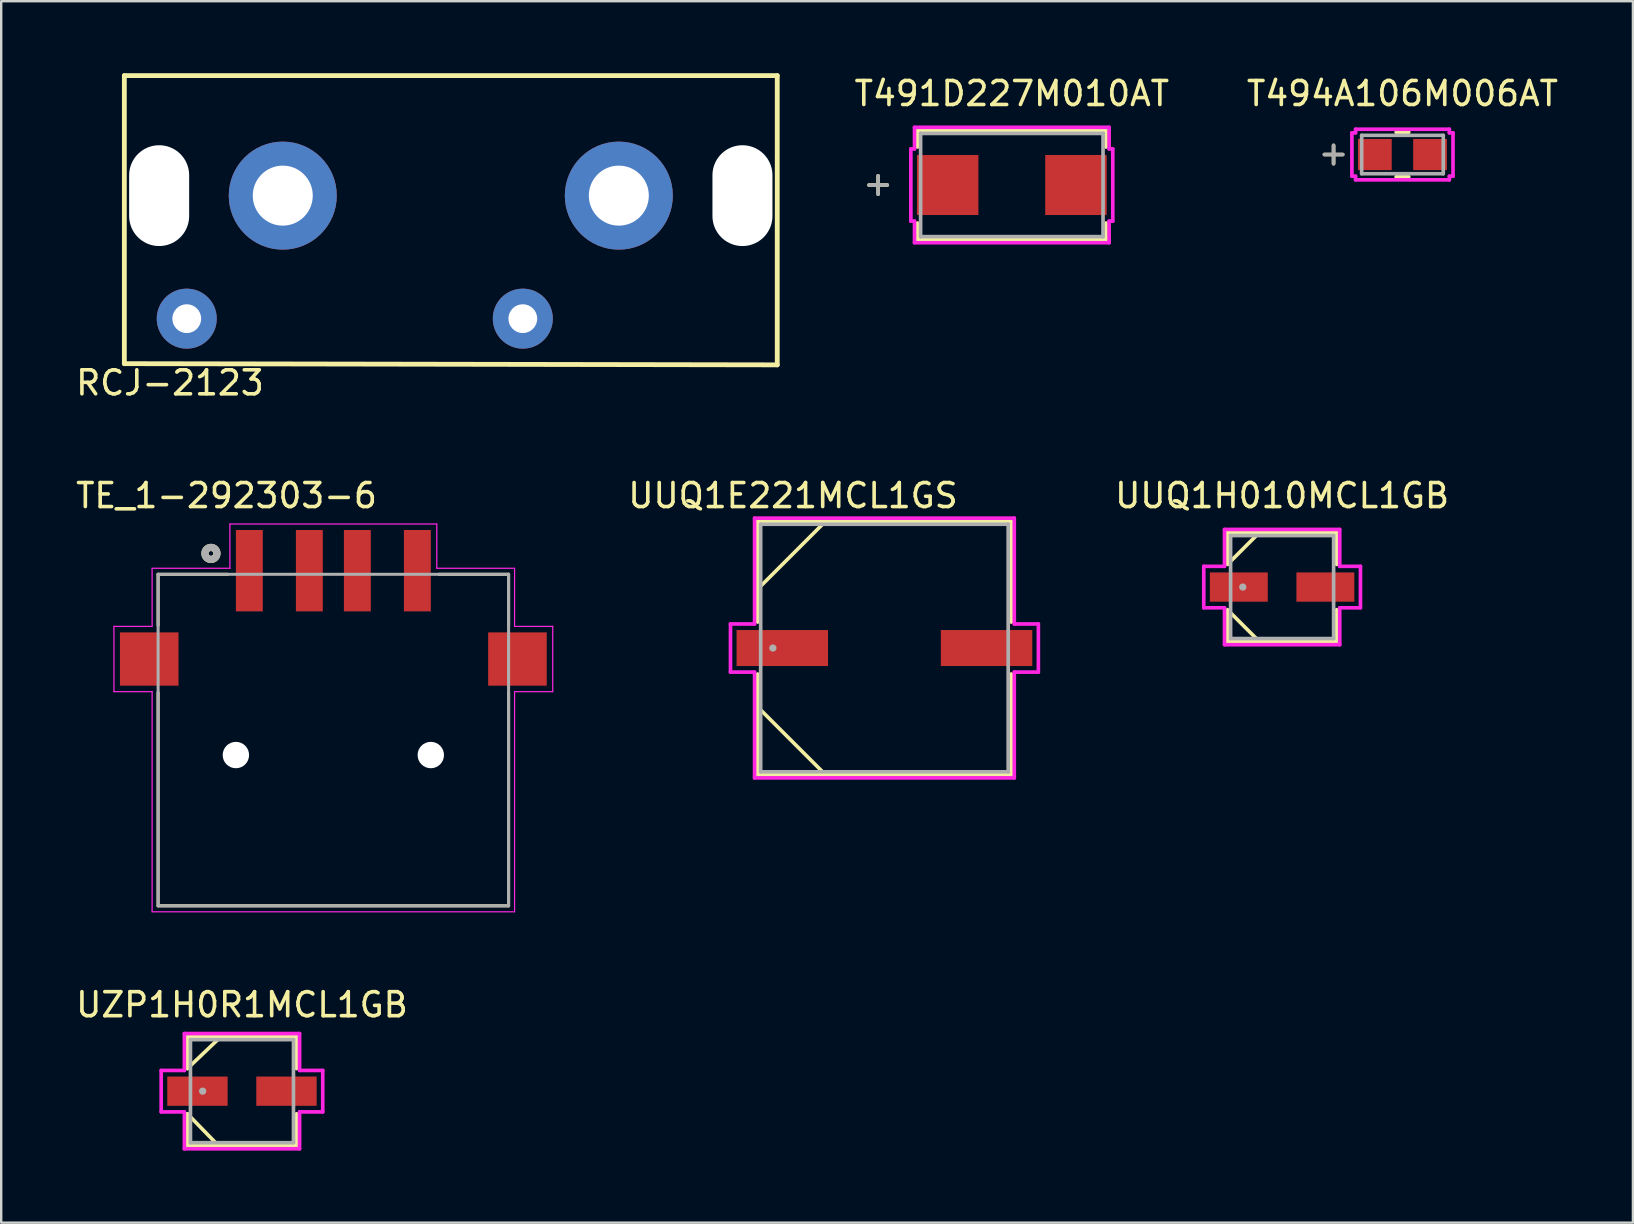
<source format=kicad_pcb>
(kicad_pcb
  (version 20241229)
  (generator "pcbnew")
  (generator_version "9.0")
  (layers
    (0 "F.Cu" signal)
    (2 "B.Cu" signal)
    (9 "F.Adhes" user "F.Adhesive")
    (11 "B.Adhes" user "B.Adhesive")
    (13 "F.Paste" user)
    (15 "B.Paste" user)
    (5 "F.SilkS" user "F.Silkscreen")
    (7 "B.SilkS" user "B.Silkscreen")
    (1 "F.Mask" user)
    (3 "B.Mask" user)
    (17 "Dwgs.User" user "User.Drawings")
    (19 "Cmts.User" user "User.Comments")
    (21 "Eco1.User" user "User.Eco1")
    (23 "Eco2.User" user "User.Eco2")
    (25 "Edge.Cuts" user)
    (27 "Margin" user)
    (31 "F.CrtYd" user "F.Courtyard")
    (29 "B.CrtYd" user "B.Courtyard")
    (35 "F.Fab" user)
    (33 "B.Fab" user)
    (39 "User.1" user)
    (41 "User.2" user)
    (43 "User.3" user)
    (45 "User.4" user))
  (footprint "UUQ1E221MCL1GS"
    (layer "F.Cu")
    (at 33.795 23.947)
    (property "Reference" "UUQ1E221MCL1GS" (at -3.81 -6.35 0) (layer "F.SilkS") (effects (font (size 1 1) (thickness 0.15))))
    (attr through_hole)
    (fp_line (start -5.283 -5.283) (end -5.283 -1.082) (stroke (width 0.152) (type solid)) (layer "F.SilkS"))
    (fp_line (start -5.283 1.082) (end -5.283 5.283) (stroke (width 0.152) (type solid)) (layer "F.SilkS"))
    (fp_line (start -5.283 5.283) (end 5.283 5.283) (stroke (width 0.152) (type solid)) (layer "F.SilkS"))
    (fp_line (start -5.156 -2.578) (end -2.578 -5.156) (stroke (width 0.152) (type solid)) (layer "F.SilkS"))
    (fp_line (start -5.156 2.578) (end -2.578 5.156) (stroke (width 0.152) (type solid)) (layer "F.SilkS"))
    (fp_line (start 5.283 -5.283) (end -5.283 -5.283) (stroke (width 0.152) (type solid)) (layer "F.SilkS"))
    (fp_line (start 5.283 -1.082) (end 5.283 -5.283) (stroke (width 0.152) (type solid)) (layer "F.SilkS"))
    (fp_line (start 5.283 5.283) (end 5.283 1.082) (stroke (width 0.152) (type solid)) (layer "F.SilkS"))
    (fp_line (start -6.413 -1.003) (end -5.41 -1.003) (stroke (width 0.152) (type solid)) (layer "F.CrtYd"))
    (fp_line (start -6.413 1.003) (end -6.413 -1.003) (stroke (width 0.152) (type solid)) (layer "F.CrtYd"))
    (fp_line (start -5.41 -5.41) (end 5.41 -5.41) (stroke (width 0.152) (type solid)) (layer "F.CrtYd"))
    (fp_line (start -5.41 -1.003) (end -5.41 -5.41) (stroke (width 0.152) (type solid)) (layer "F.CrtYd"))
    (fp_line (start -5.41 1.003) (end -6.413 1.003) (stroke (width 0.152) (type solid)) (layer "F.CrtYd"))
    (fp_line (start -5.41 5.41) (end -5.41 1.003) (stroke (width 0.152) (type solid)) (layer "F.CrtYd"))
    (fp_line (start 5.41 -5.41) (end 5.41 -1.003) (stroke (width 0.152) (type solid)) (layer "F.CrtYd"))
    (fp_line (start 5.41 -1.003) (end 6.413 -1.003) (stroke (width 0.152) (type solid)) (layer "F.CrtYd"))
    (fp_line (start 5.41 1.003) (end 5.41 5.41) (stroke (width 0.152) (type solid)) (layer "F.CrtYd"))
    (fp_line (start 5.41 5.41) (end -5.41 5.41) (stroke (width 0.152) (type solid)) (layer "F.CrtYd"))
    (fp_line (start 6.413 -1.003) (end 6.413 1.003) (stroke (width 0.152) (type solid)) (layer "F.CrtYd"))
    (fp_line (start 6.413 1.003) (end 5.41 1.003) (stroke (width 0.152) (type solid)) (layer "F.CrtYd"))
    (fp_line (start -5.156 -5.156) (end -5.156 5.156) (stroke (width 0.152) (type solid)) (layer "F.Fab"))
    (fp_line (start -5.156 5.156) (end 5.156 5.156) (stroke (width 0.152) (type solid)) (layer "F.Fab"))
    (fp_line (start 5.156 -5.156) (end -5.156 -5.156) (stroke (width 0.152) (type solid)) (layer "F.Fab"))
    (fp_line (start 5.156 5.156) (end 5.156 -5.156) (stroke (width 0.152) (type solid)) (layer "F.Fab"))
    (fp_circle (center -4.648 0) (end -4.648 0) (stroke (width 0.152) (type solid)) (fill no) (layer "F.Fab"))
    (fp_text user "Copyright 2016 Accelerated Designs. All rights reserved." (at 0 0 0) (layer "Cmts.User") (effects (font (size 0.127 0.127) (thickness 0.002))))
    (pad "1" smd rect (at -4.255 0) (size 3.81 1.499) (layers "F.Cu" "F.Mask" "F.Paste"))
    (pad "2" smd rect (at 4.255 0) (size 3.81 1.499) (layers "F.Cu" "F.Mask" "F.Paste")))
  (footprint "T491D227M010AT"
    (layer "F.Cu")
    (at 39.102 4.658)
    (property "Reference" "T491D227M010AT" (at 0 -3.81 0) (layer "F.SilkS") (effects (font (size 1 1) (thickness 0.15))))
    (attr through_hole)
    (fp_line (start -5.57 -0.381) (end -5.57 0.381) (stroke (width 0.152) (type solid)) (layer "F.SilkS"))
    (fp_line (start -5.189 0) (end -5.951 0) (stroke (width 0.152) (type solid)) (layer "F.SilkS"))
    (fp_line (start -3.927 -2.277) (end -3.927 -1.583) (stroke (width 0.152) (type solid)) (layer "F.SilkS"))
    (fp_line (start -3.927 1.583) (end -3.927 2.277) (stroke (width 0.152) (type solid)) (layer "F.SilkS"))
    (fp_line (start -3.927 2.277) (end 3.927 2.277) (stroke (width 0.152) (type solid)) (layer "F.SilkS"))
    (fp_line (start 3.927 -2.277) (end -3.927 -2.277) (stroke (width 0.152) (type solid)) (layer "F.SilkS"))
    (fp_line (start 3.927 -1.583) (end 3.927 -2.277) (stroke (width 0.152) (type solid)) (layer "F.SilkS"))
    (fp_line (start 3.927 2.277) (end 3.927 1.583) (stroke (width 0.152) (type solid)) (layer "F.SilkS"))
    (fp_line (start -4.206 -1.504) (end -4.054 -1.504) (stroke (width 0.152) (type solid)) (layer "F.CrtYd"))
    (fp_line (start -4.206 1.504) (end -4.206 -1.504) (stroke (width 0.152) (type solid)) (layer "F.CrtYd"))
    (fp_line (start -4.054 -2.404) (end 4.054 -2.404) (stroke (width 0.152) (type solid)) (layer "F.CrtYd"))
    (fp_line (start -4.054 -1.504) (end -4.054 -2.404) (stroke (width 0.152) (type solid)) (layer "F.CrtYd"))
    (fp_line (start -4.054 1.504) (end -4.206 1.504) (stroke (width 0.152) (type solid)) (layer "F.CrtYd"))
    (fp_line (start -4.054 2.404) (end -4.054 1.504) (stroke (width 0.152) (type solid)) (layer "F.CrtYd"))
    (fp_line (start 4.054 -2.404) (end 4.054 -1.504) (stroke (width 0.152) (type solid)) (layer "F.CrtYd"))
    (fp_line (start 4.054 -1.504) (end 4.206 -1.504) (stroke (width 0.152) (type solid)) (layer "F.CrtYd"))
    (fp_line (start 4.054 1.504) (end 4.054 2.404) (stroke (width 0.152) (type solid)) (layer "F.CrtYd"))
    (fp_line (start 4.054 2.404) (end -4.054 2.404) (stroke (width 0.152) (type solid)) (layer "F.CrtYd"))
    (fp_line (start 4.206 -1.504) (end 4.206 1.504) (stroke (width 0.152) (type solid)) (layer "F.CrtYd"))
    (fp_line (start 4.206 1.504) (end 4.054 1.504) (stroke (width 0.152) (type solid)) (layer "F.CrtYd"))
    (fp_line (start -5.57 -0.381) (end -5.57 0.381) (stroke (width 0.152) (type solid)) (layer "F.Fab"))
    (fp_line (start -5.189 0) (end -5.951 0) (stroke (width 0.152) (type solid)) (layer "F.Fab"))
    (fp_line (start -3.8 -2.15) (end -3.8 2.15) (stroke (width 0.152) (type solid)) (layer "F.Fab"))
    (fp_line (start -3.8 2.15) (end 3.8 2.15) (stroke (width 0.152) (type solid)) (layer "F.Fab"))
    (fp_line (start 3.8 -2.15) (end -3.8 -2.15) (stroke (width 0.152) (type solid)) (layer "F.Fab"))
    (fp_line (start 3.8 2.15) (end 3.8 -2.15) (stroke (width 0.152) (type solid)) (layer "F.Fab"))
    (fp_text user "Copyright 2016 Accelerated Designs. All rights reserved." (at 0 0 0) (layer "Cmts.User") (effects (font (size 0.127 0.127) (thickness 0.002))))
    (pad "1" smd rect (at -2.672 0 90) (size 2.5 2.56) (layers "F.Cu" "F.Mask" "F.Paste"))
    (pad "2" smd rect (at 2.672 0 90) (size 2.5 2.56) (layers "F.Cu" "F.Mask" "F.Paste")))
  (footprint "T494A106M006AT"
    (layer "F.Cu")
    (at 55.376 3.388)
    (property "Reference" "T494A106M006AT" (at 0 -2.54 0) (layer "F.SilkS") (effects (font (size 1 1) (thickness 0.15))))
    (attr through_hole)
    (fp_line (start -2.87 -0.381) (end -2.87 0.381) (stroke (width 0.152) (type solid)) (layer "F.SilkS"))
    (fp_line (start -2.489 0) (end -3.251 0) (stroke (width 0.152) (type solid)) (layer "F.SilkS"))
    (fp_line (start -0.263 0.927) (end 0.263 0.927) (stroke (width 0.152) (type solid)) (layer "F.SilkS"))
    (fp_line (start 0.263 -0.927) (end -0.263 -0.927) (stroke (width 0.152) (type solid)) (layer "F.SilkS"))
    (fp_line (start -2.106 -0.904) (end -1.954 -0.904) (stroke (width 0.152) (type solid)) (layer "F.CrtYd"))
    (fp_line (start -2.106 0.904) (end -2.106 -0.904) (stroke (width 0.152) (type solid)) (layer "F.CrtYd"))
    (fp_line (start -1.954 -1.054) (end 1.954 -1.054) (stroke (width 0.152) (type solid)) (layer "F.CrtYd"))
    (fp_line (start -1.954 -0.904) (end -1.954 -1.054) (stroke (width 0.152) (type solid)) (layer "F.CrtYd"))
    (fp_line (start -1.954 0.904) (end -2.106 0.904) (stroke (width 0.152) (type solid)) (layer "F.CrtYd"))
    (fp_line (start -1.954 1.054) (end -1.954 0.904) (stroke (width 0.152) (type solid)) (layer "F.CrtYd"))
    (fp_line (start 1.954 -1.054) (end 1.954 -0.904) (stroke (width 0.152) (type solid)) (layer "F.CrtYd"))
    (fp_line (start 1.954 -0.904) (end 2.106 -0.904) (stroke (width 0.152) (type solid)) (layer "F.CrtYd"))
    (fp_line (start 1.954 0.904) (end 1.954 1.054) (stroke (width 0.152) (type solid)) (layer "F.CrtYd"))
    (fp_line (start 1.954 1.054) (end -1.954 1.054) (stroke (width 0.152) (type solid)) (layer "F.CrtYd"))
    (fp_line (start 2.106 -0.904) (end 2.106 0.904) (stroke (width 0.152) (type solid)) (layer "F.CrtYd"))
    (fp_line (start 2.106 0.904) (end 1.954 0.904) (stroke (width 0.152) (type solid)) (layer "F.CrtYd"))
    (fp_line (start -2.87 -0.381) (end -2.87 0.381) (stroke (width 0.152) (type solid)) (layer "F.Fab"))
    (fp_line (start -2.489 0) (end -3.251 0) (stroke (width 0.152) (type solid)) (layer "F.Fab"))
    (fp_line (start -1.7 -0.8) (end -1.7 0.8) (stroke (width 0.152) (type solid)) (layer "F.Fab"))
    (fp_line (start -1.7 0.8) (end 1.7 0.8) (stroke (width 0.152) (type solid)) (layer "F.Fab"))
    (fp_line (start 1.7 -0.8) (end -1.7 -0.8) (stroke (width 0.152) (type solid)) (layer "F.Fab"))
    (fp_line (start 1.7 0.8) (end 1.7 -0.8) (stroke (width 0.152) (type solid)) (layer "F.Fab"))
    (fp_text user "Copyright 2016 Accelerated Designs. All rights reserved." (at 0 0 0) (layer "Cmts.User") (effects (font (size 0.127 0.127) (thickness 0.002))))
    (pad "1" smd rect (at -1.15 0 90) (size 1.3 1.405) (layers "F.Cu" "F.Mask" "F.Paste"))
    (pad "2" smd rect (at 1.15 0 90) (size 1.3 1.405) (layers "F.Cu" "F.Mask" "F.Paste")))
  (footprint "RCJ-2123"
    (layer "F.Cu")
    (at 15.73 5.1)
    (property "Reference" "RCJ-2123" (at -11.7 7.8 0) (layer "F.SilkS") (effects (font (size 1 1) (thickness 0.15))))
    (attr through_hole)
    (fp_line (start -13.6 -5) (end -13.6 7) (stroke (width 0.2) (type solid)) (layer "F.SilkS"))
    (fp_line (start -13.6 7) (end 13.6 7.05) (stroke (width 0.2) (type solid)) (layer "F.SilkS"))
    (fp_line (start 13.6 -5) (end -13.6 -5) (stroke (width 0.2) (type solid)) (layer "F.SilkS"))
    (fp_line (start 13.6 7.05) (end 13.6 -5) (stroke (width 0.2) (type solid)) (layer "F.SilkS"))
    (pad "" np_thru_hole oval (at -12.15 0) (size 2.5 4.2) (drill oval 2.5 4.2) (layers "*.Cu" "*.Mask"))
    (pad "" np_thru_hole oval (at 12.15 0) (size 2.5 4.2) (drill oval 2.5 4.2) (layers "*.Cu" "*.Mask"))
    (pad "1" thru_hole circle (at 7 0) (size 4.5 4.5) (drill 2.5) (layers "*.Cu" "*.Mask"))
    (pad "2" thru_hole circle (at 3 5.125) (size 2.5 2.5) (drill 1.2) (layers "*.Cu" "*.Mask"))
    (pad "3" thru_hole circle (at -7 0) (size 4.5 4.5) (drill 2.5) (layers "*.Cu" "*.Mask"))
    (pad "4" thru_hole circle (at -11 5.125) (size 2.5 2.5) (drill 1.2) (layers "*.Cu" "*.Mask")))
  (footprint "TE_1-292303-6"
    (layer "F.Cu")
    (at 10.837 28.405)
    (property "Reference" "TE_1-292303-6" (at -4.451 -10.808 0) (layer "F.SilkS") (effects (font (size 1 1) (thickness 0.15))))
    (attr through_hole)
    (fp_line (start -7.3 -7.53) (end -4.4 -7.53) (stroke (width 0.127) (type solid)) (layer "F.SilkS"))
    (fp_line (start -7.3 -5.4) (end -7.3 -7.53) (stroke (width 0.127) (type solid)) (layer "F.SilkS"))
    (fp_line (start -7.3 -2.6) (end -7.3 6.28) (stroke (width 0.127) (type solid)) (layer "F.SilkS"))
    (fp_line (start -7.3 6.28) (end 7.3 6.28) (stroke (width 0.127) (type solid)) (layer "F.SilkS"))
    (fp_line (start 4.4 -7.53) (end 7.3 -7.53) (stroke (width 0.127) (type solid)) (layer "F.SilkS"))
    (fp_line (start 7.3 -5.4) (end 7.3 -7.53) (stroke (width 0.127) (type solid)) (layer "F.SilkS"))
    (fp_line (start 7.3 6.28) (end 7.3 -2.6) (stroke (width 0.127) (type solid)) (layer "F.SilkS"))
    (fp_circle (center -5.1 -8.4) (end -5 -8.4) (stroke (width 0.3) (type solid)) (fill no) (layer "F.SilkS"))
    (fp_line (start -9.14 -5.36) (end -7.55 -5.36) (stroke (width 0.05) (type solid)) (layer "F.CrtYd"))
    (fp_line (start -9.14 -2.64) (end -9.14 -5.36) (stroke (width 0.05) (type solid)) (layer "F.CrtYd"))
    (fp_line (start -7.55 -7.78) (end -4.31 -7.78) (stroke (width 0.05) (type solid)) (layer "F.CrtYd"))
    (fp_line (start -7.55 -5.36) (end -7.55 -7.78) (stroke (width 0.05) (type solid)) (layer "F.CrtYd"))
    (fp_line (start -7.55 -2.64) (end -9.14 -2.64) (stroke (width 0.05) (type solid)) (layer "F.CrtYd"))
    (fp_line (start -7.55 6.53) (end -7.55 -2.64) (stroke (width 0.05) (type solid)) (layer "F.CrtYd"))
    (fp_line (start -4.31 -9.625) (end 4.31 -9.625) (stroke (width 0.05) (type solid)) (layer "F.CrtYd"))
    (fp_line (start -4.31 -7.78) (end -4.31 -9.625) (stroke (width 0.05) (type solid)) (layer "F.CrtYd"))
    (fp_line (start 4.31 -9.625) (end 4.31 -7.78) (stroke (width 0.05) (type solid)) (layer "F.CrtYd"))
    (fp_line (start 4.31 -7.78) (end 7.55 -7.78) (stroke (width 0.05) (type solid)) (layer "F.CrtYd"))
    (fp_line (start 7.55 -7.78) (end 7.55 -5.36) (stroke (width 0.05) (type solid)) (layer "F.CrtYd"))
    (fp_line (start 7.55 -5.36) (end 9.14 -5.36) (stroke (width 0.05) (type solid)) (layer "F.CrtYd"))
    (fp_line (start 7.55 -2.64) (end 7.55 6.53) (stroke (width 0.05) (type solid)) (layer "F.CrtYd"))
    (fp_line (start 7.55 6.53) (end -7.55 6.53) (stroke (width 0.05) (type solid)) (layer "F.CrtYd"))
    (fp_line (start 9.14 -5.36) (end 9.14 -2.64) (stroke (width 0.05) (type solid)) (layer "F.CrtYd"))
    (fp_line (start 9.14 -2.64) (end 7.55 -2.64) (stroke (width 0.05) (type solid)) (layer "F.CrtYd"))
    (fp_line (start -7.3 -7.53) (end 7.3 -7.53) (stroke (width 0.127) (type solid)) (layer "F.Fab"))
    (fp_line (start -7.3 6.28) (end -7.3 -7.53) (stroke (width 0.127) (type solid)) (layer "F.Fab"))
    (fp_line (start 7.3 -7.53) (end 7.3 6.28) (stroke (width 0.127) (type solid)) (layer "F.Fab"))
    (fp_line (start 7.3 6.28) (end -7.3 6.28) (stroke (width 0.127) (type solid)) (layer "F.Fab"))
    (fp_circle (center -5.1 -8.4) (end -5 -8.4) (stroke (width 0.3) (type solid)) (fill no) (layer "F.Fab"))
    (pad "" np_thru_hole circle (at -4.06 0) (size 1.1 1.1) (drill 1.1) (layers "*.Cu" "*.Mask"))
    (pad "" np_thru_hole circle (at 4.06 0) (size 1.1 1.1) (drill 1.1) (layers "*.Cu" "*.Mask"))
    (pad "1" smd rect (at -3.5 -7.68) (size 1.12 3.39) (layers "F.Cu" "F.Mask" "F.Paste"))
    (pad "2" smd rect (at -1 -7.68) (size 1.12 3.39) (layers "F.Cu" "F.Mask" "F.Paste"))
    (pad "3" smd rect (at 1 -7.68) (size 1.12 3.39) (layers "F.Cu" "F.Mask" "F.Paste"))
    (pad "4" smd rect (at 3.5 -7.68) (size 1.12 3.39) (layers "F.Cu" "F.Mask" "F.Paste"))
    (pad "SH1" smd rect (at -7.67 -4) (size 2.44 2.22) (layers "F.Cu" "F.Mask" "F.Paste"))
    (pad "SH2" smd rect (at 7.67 -4) (size 2.44 2.22) (layers "F.Cu" "F.Mask" "F.Paste")))
  (footprint "UUQ1H010MCL1GB"
    (layer "F.Cu")
    (at 50.362 21.407)
    (property "Reference" "UUQ1H010MCL1GB" (at 0 -3.81 0) (layer "F.SilkS") (effects (font (size 1 1) (thickness 0.15))))
    (attr through_hole)
    (fp_line (start -2.273 -2.273) (end -2.273 -0.942) (stroke (width 0.152) (type solid)) (layer "F.SilkS"))
    (fp_line (start -2.273 0.942) (end -2.273 2.273) (stroke (width 0.152) (type solid)) (layer "F.SilkS"))
    (fp_line (start -2.273 2.273) (end 2.273 2.273) (stroke (width 0.152) (type solid)) (layer "F.SilkS"))
    (fp_line (start -2.146 -1.073) (end -1.073 -2.146) (stroke (width 0.152) (type solid)) (layer "F.SilkS"))
    (fp_line (start -2.146 1.073) (end -1.073 2.146) (stroke (width 0.152) (type solid)) (layer "F.SilkS"))
    (fp_line (start 2.273 -2.273) (end -2.273 -2.273) (stroke (width 0.152) (type solid)) (layer "F.SilkS"))
    (fp_line (start 2.273 -0.942) (end 2.273 -2.273) (stroke (width 0.152) (type solid)) (layer "F.SilkS"))
    (fp_line (start 2.273 2.273) (end 2.273 0.942) (stroke (width 0.152) (type solid)) (layer "F.SilkS"))
    (fp_line (start -3.264 -0.864) (end -2.4 -0.864) (stroke (width 0.152) (type solid)) (layer "F.CrtYd"))
    (fp_line (start -3.264 0.864) (end -3.264 -0.864) (stroke (width 0.152) (type solid)) (layer "F.CrtYd"))
    (fp_line (start -2.4 -2.4) (end 2.4 -2.4) (stroke (width 0.152) (type solid)) (layer "F.CrtYd"))
    (fp_line (start -2.4 -0.864) (end -2.4 -2.4) (stroke (width 0.152) (type solid)) (layer "F.CrtYd"))
    (fp_line (start -2.4 0.864) (end -3.264 0.864) (stroke (width 0.152) (type solid)) (layer "F.CrtYd"))
    (fp_line (start -2.4 2.4) (end -2.4 0.864) (stroke (width 0.152) (type solid)) (layer "F.CrtYd"))
    (fp_line (start 2.4 -2.4) (end 2.4 -0.864) (stroke (width 0.152) (type solid)) (layer "F.CrtYd"))
    (fp_line (start 2.4 -0.864) (end 3.264 -0.864) (stroke (width 0.152) (type solid)) (layer "F.CrtYd"))
    (fp_line (start 2.4 0.864) (end 2.4 2.4) (stroke (width 0.152) (type solid)) (layer "F.CrtYd"))
    (fp_line (start 2.4 2.4) (end -2.4 2.4) (stroke (width 0.152) (type solid)) (layer "F.CrtYd"))
    (fp_line (start 3.264 -0.864) (end 3.264 0.864) (stroke (width 0.152) (type solid)) (layer "F.CrtYd"))
    (fp_line (start 3.264 0.864) (end 2.4 0.864) (stroke (width 0.152) (type solid)) (layer "F.CrtYd"))
    (fp_line (start -2.146 -2.146) (end -2.146 2.146) (stroke (width 0.152) (type solid)) (layer "F.Fab"))
    (fp_line (start -2.146 2.146) (end 2.146 2.146) (stroke (width 0.152) (type solid)) (layer "F.Fab"))
    (fp_line (start 2.146 -2.146) (end -2.146 -2.146) (stroke (width 0.152) (type solid)) (layer "F.Fab"))
    (fp_line (start 2.146 2.146) (end 2.146 -2.146) (stroke (width 0.152) (type solid)) (layer "F.Fab"))
    (fp_circle (center -1.638 0) (end -1.638 0) (stroke (width 0.152) (type solid)) (fill no) (layer "F.Fab"))
    (fp_text user "Copyright 2016 Accelerated Designs. All rights reserved." (at 0 0 0) (layer "Cmts.User") (effects (font (size 0.127 0.127) (thickness 0.002))))
    (pad "1" smd rect (at -1.803 0) (size 2.413 1.219) (layers "F.Cu" "F.Mask" "F.Paste"))
    (pad "2" smd rect (at 1.803 0) (size 2.413 1.219) (layers "F.Cu" "F.Mask" "F.Paste")))
  (footprint "UZP1H0R1MCL1GB"
    (layer "F.Cu")
    (at 7.03 42.408)
    (property "Reference" "UZP1H0R1MCL1GB" (at 0 -3.6 0) (layer "F.SilkS") (effects (font (size 1 1) (thickness 0.15))))
    (attr through_hole)
    (fp_line (start -2.273 -2.273) (end -2.273 -0.942) (stroke (width 0.152) (type solid)) (layer "F.SilkS"))
    (fp_line (start -2.273 -0.942) (end -0.9 -2.25) (stroke (width 0.152) (type solid)) (layer "F.SilkS"))
    (fp_line (start -2.273 0.942) (end -2.273 2.273) (stroke (width 0.152) (type solid)) (layer "F.SilkS"))
    (fp_line (start -2.273 0.942) (end -1 2.25) (stroke (width 0.152) (type solid)) (layer "F.SilkS"))
    (fp_line (start -2.273 2.273) (end 2.273 2.273) (stroke (width 0.152) (type solid)) (layer "F.SilkS"))
    (fp_line (start 2.273 -2.273) (end -2.273 -2.273) (stroke (width 0.152) (type solid)) (layer "F.SilkS"))
    (fp_line (start 2.273 -0.942) (end 2.273 -2.273) (stroke (width 0.152) (type solid)) (layer "F.SilkS"))
    (fp_line (start 2.273 2.273) (end 2.273 0.942) (stroke (width 0.152) (type solid)) (layer "F.SilkS"))
    (fp_line (start -3.365 -0.864) (end -2.4 -0.864) (stroke (width 0.152) (type solid)) (layer "F.CrtYd"))
    (fp_line (start -3.365 0.864) (end -3.365 -0.864) (stroke (width 0.152) (type solid)) (layer "F.CrtYd"))
    (fp_line (start -2.4 -2.4) (end 2.4 -2.4) (stroke (width 0.152) (type solid)) (layer "F.CrtYd"))
    (fp_line (start -2.4 -0.864) (end -2.4 -2.4) (stroke (width 0.152) (type solid)) (layer "F.CrtYd"))
    (fp_line (start -2.4 0.864) (end -3.365 0.864) (stroke (width 0.152) (type solid)) (layer "F.CrtYd"))
    (fp_line (start -2.4 2.4) (end -2.4 0.864) (stroke (width 0.152) (type solid)) (layer "F.CrtYd"))
    (fp_line (start 2.4 -2.4) (end 2.4 -0.864) (stroke (width 0.152) (type solid)) (layer "F.CrtYd"))
    (fp_line (start 2.4 -0.864) (end 3.365 -0.864) (stroke (width 0.152) (type solid)) (layer "F.CrtYd"))
    (fp_line (start 2.4 0.864) (end 2.4 2.4) (stroke (width 0.152) (type solid)) (layer "F.CrtYd"))
    (fp_line (start 2.4 2.4) (end -2.4 2.4) (stroke (width 0.152) (type solid)) (layer "F.CrtYd"))
    (fp_line (start 3.365 -0.864) (end 3.365 0.864) (stroke (width 0.152) (type solid)) (layer "F.CrtYd"))
    (fp_line (start 3.365 0.864) (end 2.4 0.864) (stroke (width 0.152) (type solid)) (layer "F.CrtYd"))
    (fp_line (start -2.146 -2.146) (end -2.146 2.146) (stroke (width 0.152) (type solid)) (layer "F.Fab"))
    (fp_line (start -2.146 2.146) (end 2.146 2.146) (stroke (width 0.152) (type solid)) (layer "F.Fab"))
    (fp_line (start 2.146 -2.146) (end -2.146 -2.146) (stroke (width 0.152) (type solid)) (layer "F.Fab"))
    (fp_line (start 2.146 2.146) (end 2.146 -2.146) (stroke (width 0.152) (type solid)) (layer "F.Fab"))
    (fp_circle (center -1.638 0) (end -1.638 0) (stroke (width 0.152) (type solid)) (fill no) (layer "F.Fab"))
    (fp_text user "Copyright 2016 Accelerated Designs. All rights reserved." (at 0 0 0) (layer "Cmts.User") (effects (font (size 0.127 0.127) (thickness 0.002))))
    (pad "1" smd rect (at -1.854 0) (size 2.515 1.219) (layers "F.Cu" "F.Mask" "F.Paste"))
    (pad "2" smd rect (at 1.854 0) (size 2.515 1.219) (layers "F.Cu" "F.Mask" "F.Paste")))
  (gr_rect
    (start -3 -3)
    (end 64.977 47.885)
    (stroke (width 0.1) (type default))
    (fill no)
    (layer "Edge.Cuts")))
</source>
